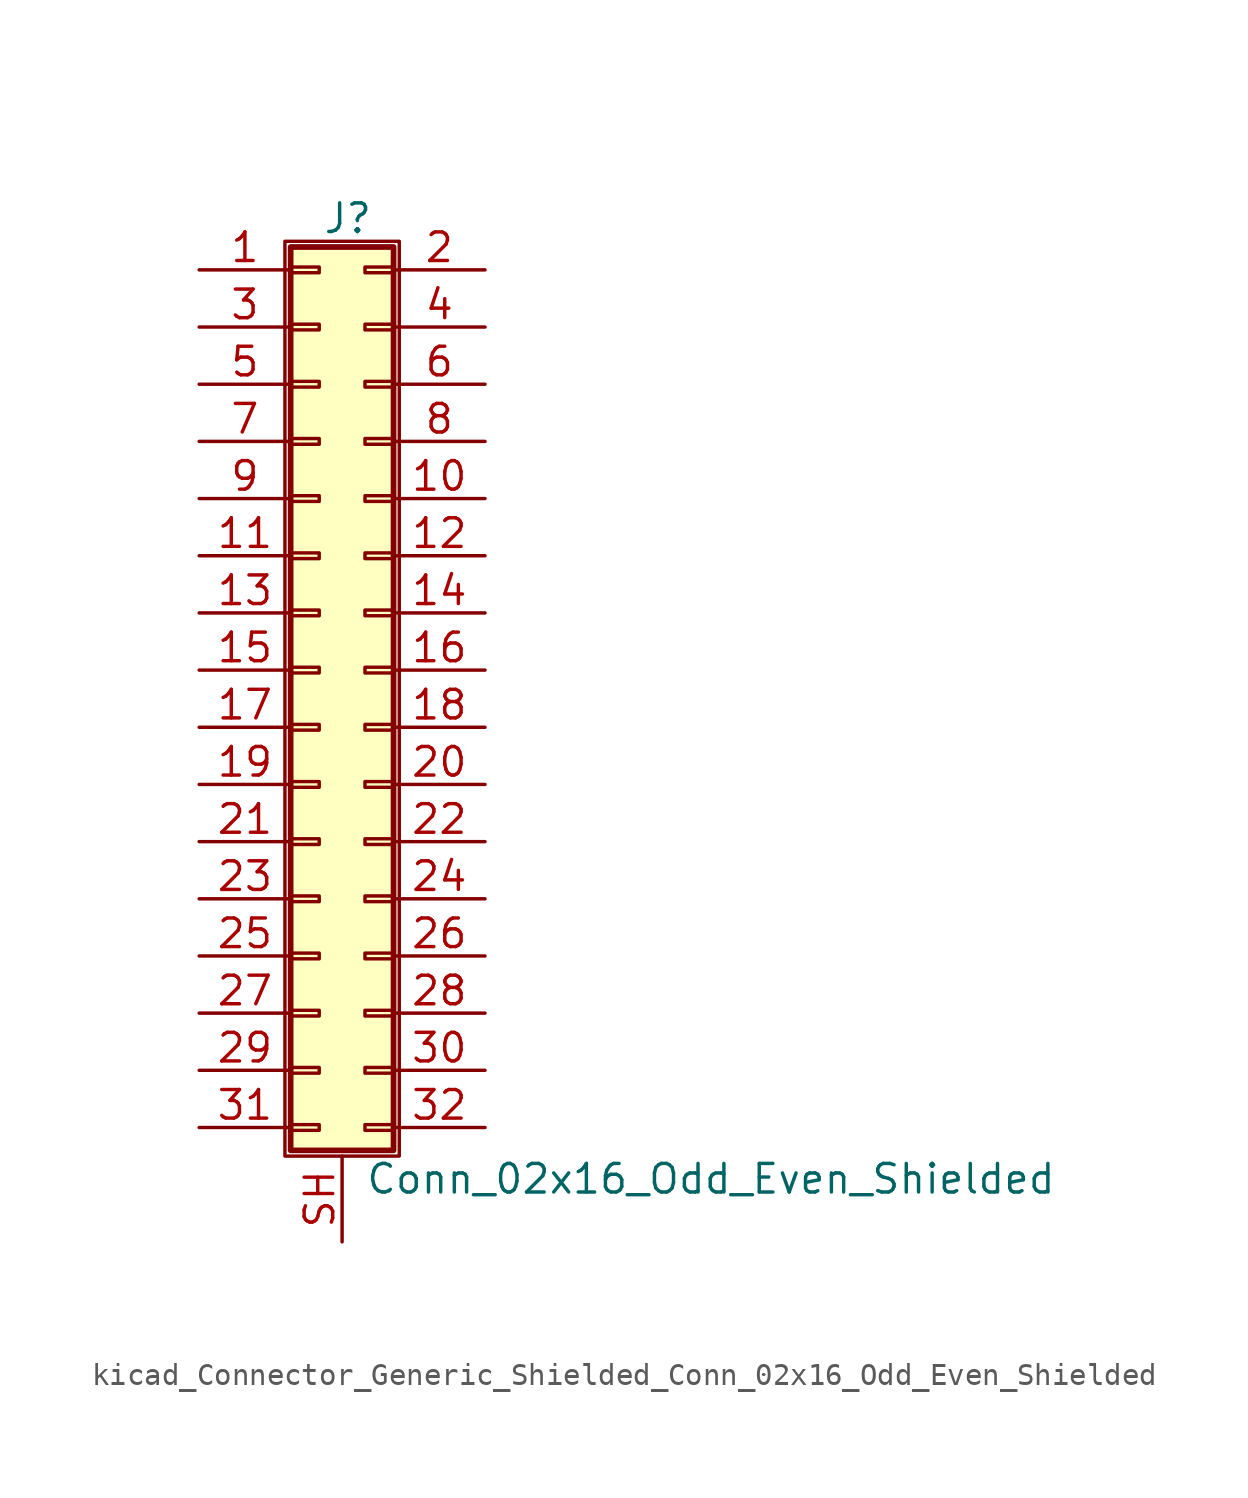
<source format=kicad_sym>
(kicad_symbol_lib
  (version 20220914)
  (generator kicad_symbol_editor)
  (symbol "kicad_Connector_Generic_Shielded_Conn_02x16_Odd_Even_Shielded"
    (pin_names
      (offset 1.016) hide)
    (property "Reference" "J"
      (at 1.524 20.066 0)
      (effects (font (size 1.27 1.27))))
    (property "Value" "Conn_02x16_Odd_Even_Shielded"
      (at 2.286 -22.606 0)
      (effects (font (size 1.27 1.27)) (justify left)))
    (symbol "kicad_Connector_Generic_Shielded_Conn_02x16_Odd_Even_Shielded_1_1"
      (rectangle (start -1.27 19.05) (end 3.81 -21.59) (stroke (width 0.152) (type default)) (fill (type none)))
      (rectangle (start -1.016 -20.193) (end 0.254 -20.447) (stroke (width 0.152) (type default)) (fill (type none)))
      (rectangle (start -1.016 -17.653) (end 0.254 -17.907) (stroke (width 0.152) (type default)) (fill (type none)))
      (rectangle (start -1.016 -15.113) (end 0.254 -15.367) (stroke (width 0.152) (type default)) (fill (type none)))
      (rectangle (start -1.016 -12.573) (end 0.254 -12.827) (stroke (width 0.152) (type default)) (fill (type none)))
      (rectangle (start -1.016 -10.033) (end 0.254 -10.287) (stroke (width 0.152) (type default)) (fill (type none)))
      (rectangle (start -1.016 -7.493) (end 0.254 -7.747) (stroke (width 0.152) (type default)) (fill (type none)))
      (rectangle (start -1.016 -4.953) (end 0.254 -5.207) (stroke (width 0.152) (type default)) (fill (type none)))
      (rectangle (start -1.016 -2.413) (end 0.254 -2.667) (stroke (width 0.152) (type default)) (fill (type none)))
      (rectangle (start -1.016 0.127) (end 0.254 -0.127) (stroke (width 0.152) (type default)) (fill (type none)))
      (rectangle (start -1.016 2.667) (end 0.254 2.413) (stroke (width 0.152) (type default)) (fill (type none)))
      (rectangle (start -1.016 5.207) (end 0.254 4.953) (stroke (width 0.152) (type default)) (fill (type none)))
      (rectangle (start -1.016 7.747) (end 0.254 7.493) (stroke (width 0.152) (type default)) (fill (type none)))
      (rectangle (start -1.016 10.287) (end 0.254 10.033) (stroke (width 0.152) (type default)) (fill (type none)))
      (rectangle (start -1.016 12.827) (end 0.254 12.573) (stroke (width 0.152) (type default)) (fill (type none)))
      (rectangle (start -1.016 15.367) (end 0.254 15.113) (stroke (width 0.152) (type default)) (fill (type none)))
      (rectangle (start -1.016 17.907) (end 0.254 17.653) (stroke (width 0.152) (type default)) (fill (type none)))
      (rectangle (start -1.016 18.796) (end 3.556 -21.336) (stroke (width 0.254) (type default)) (fill (type background)))
      (rectangle (start 3.556 -20.193) (end 2.286 -20.447) (stroke (width 0.152) (type default)) (fill (type none)))
      (rectangle (start 3.556 -17.653) (end 2.286 -17.907) (stroke (width 0.152) (type default)) (fill (type none)))
      (rectangle (start 3.556 -15.113) (end 2.286 -15.367) (stroke (width 0.152) (type default)) (fill (type none)))
      (rectangle (start 3.556 -12.573) (end 2.286 -12.827) (stroke (width 0.152) (type default)) (fill (type none)))
      (rectangle (start 3.556 -10.033) (end 2.286 -10.287) (stroke (width 0.152) (type default)) (fill (type none)))
      (rectangle (start 3.556 -7.493) (end 2.286 -7.747) (stroke (width 0.152) (type default)) (fill (type none)))
      (rectangle (start 3.556 -4.953) (end 2.286 -5.207) (stroke (width 0.152) (type default)) (fill (type none)))
      (rectangle (start 3.556 -2.413) (end 2.286 -2.667) (stroke (width 0.152) (type default)) (fill (type none)))
      (rectangle (start 3.556 0.127) (end 2.286 -0.127) (stroke (width 0.152) (type default)) (fill (type none)))
      (rectangle (start 3.556 2.667) (end 2.286 2.413) (stroke (width 0.152) (type default)) (fill (type none)))
      (rectangle (start 3.556 5.207) (end 2.286 4.953) (stroke (width 0.152) (type default)) (fill (type none)))
      (rectangle (start 3.556 7.747) (end 2.286 7.493) (stroke (width 0.152) (type default)) (fill (type none)))
      (rectangle (start 3.556 10.287) (end 2.286 10.033) (stroke (width 0.152) (type default)) (fill (type none)))
      (rectangle (start 3.556 12.827) (end 2.286 12.573) (stroke (width 0.152) (type default)) (fill (type none)))
      (rectangle (start 3.556 15.367) (end 2.286 15.113) (stroke (width 0.152) (type default)) (fill (type none)))
      (rectangle (start 3.556 17.907) (end 2.286 17.653) (stroke (width 0.152) (type default)) (fill (type none)))
      (pin passive line (at -5.08 17.78 0) (length 4.064) (name "Pin_1" (effects (font (size 1.27 1.27)))) (number "1" (effects (font (size 1.27 1.27)))))
      (pin passive line (at 7.62 7.62 180) (length 4.064) (name "Pin_10" (effects (font (size 1.27 1.27)))) (number "10" (effects (font (size 1.27 1.27)))))
      (pin passive line (at -5.08 5.08 0) (length 4.064) (name "Pin_11" (effects (font (size 1.27 1.27)))) (number "11" (effects (font (size 1.27 1.27)))))
      (pin passive line (at 7.62 5.08 180) (length 4.064) (name "Pin_12" (effects (font (size 1.27 1.27)))) (number "12" (effects (font (size 1.27 1.27)))))
      (pin passive line (at -5.08 2.54 0) (length 4.064) (name "Pin_13" (effects (font (size 1.27 1.27)))) (number "13" (effects (font (size 1.27 1.27)))))
      (pin passive line (at 7.62 2.54 180) (length 4.064) (name "Pin_14" (effects (font (size 1.27 1.27)))) (number "14" (effects (font (size 1.27 1.27)))))
      (pin passive line (at -5.08 0 0) (length 4.064) (name "Pin_15" (effects (font (size 1.27 1.27)))) (number "15" (effects (font (size 1.27 1.27)))))
      (pin passive line (at 7.62 0 180) (length 4.064) (name "Pin_16" (effects (font (size 1.27 1.27)))) (number "16" (effects (font (size 1.27 1.27)))))
      (pin passive line (at -5.08 -2.54 0) (length 4.064) (name "Pin_17" (effects (font (size 1.27 1.27)))) (number "17" (effects (font (size 1.27 1.27)))))
      (pin passive line (at 7.62 -2.54 180) (length 4.064) (name "Pin_18" (effects (font (size 1.27 1.27)))) (number "18" (effects (font (size 1.27 1.27)))))
      (pin passive line (at -5.08 -5.08 0) (length 4.064) (name "Pin_19" (effects (font (size 1.27 1.27)))) (number "19" (effects (font (size 1.27 1.27)))))
      (pin passive line (at 7.62 17.78 180) (length 4.064) (name "Pin_2" (effects (font (size 1.27 1.27)))) (number "2" (effects (font (size 1.27 1.27)))))
      (pin passive line (at 7.62 -5.08 180) (length 4.064) (name "Pin_20" (effects (font (size 1.27 1.27)))) (number "20" (effects (font (size 1.27 1.27)))))
      (pin passive line (at -5.08 -7.62 0) (length 4.064) (name "Pin_21" (effects (font (size 1.27 1.27)))) (number "21" (effects (font (size 1.27 1.27)))))
      (pin passive line (at 7.62 -7.62 180) (length 4.064) (name "Pin_22" (effects (font (size 1.27 1.27)))) (number "22" (effects (font (size 1.27 1.27)))))
      (pin passive line (at -5.08 -10.16 0) (length 4.064) (name "Pin_23" (effects (font (size 1.27 1.27)))) (number "23" (effects (font (size 1.27 1.27)))))
      (pin passive line (at 7.62 -10.16 180) (length 4.064) (name "Pin_24" (effects (font (size 1.27 1.27)))) (number "24" (effects (font (size 1.27 1.27)))))
      (pin passive line (at -5.08 -12.7 0) (length 4.064) (name "Pin_25" (effects (font (size 1.27 1.27)))) (number "25" (effects (font (size 1.27 1.27)))))
      (pin passive line (at 7.62 -12.7 180) (length 4.064) (name "Pin_26" (effects (font (size 1.27 1.27)))) (number "26" (effects (font (size 1.27 1.27)))))
      (pin passive line (at -5.08 -15.24 0) (length 4.064) (name "Pin_27" (effects (font (size 1.27 1.27)))) (number "27" (effects (font (size 1.27 1.27)))))
      (pin passive line (at 7.62 -15.24 180) (length 4.064) (name "Pin_28" (effects (font (size 1.27 1.27)))) (number "28" (effects (font (size 1.27 1.27)))))
      (pin passive line (at -5.08 -17.78 0) (length 4.064) (name "Pin_29" (effects (font (size 1.27 1.27)))) (number "29" (effects (font (size 1.27 1.27)))))
      (pin passive line (at -5.08 15.24 0) (length 4.064) (name "Pin_3" (effects (font (size 1.27 1.27)))) (number "3" (effects (font (size 1.27 1.27)))))
      (pin passive line (at 7.62 -17.78 180) (length 4.064) (name "Pin_30" (effects (font (size 1.27 1.27)))) (number "30" (effects (font (size 1.27 1.27)))))
      (pin passive line (at -5.08 -20.32 0) (length 4.064) (name "Pin_31" (effects (font (size 1.27 1.27)))) (number "31" (effects (font (size 1.27 1.27)))))
      (pin passive line (at 7.62 -20.32 180) (length 4.064) (name "Pin_32" (effects (font (size 1.27 1.27)))) (number "32" (effects (font (size 1.27 1.27)))))
      (pin passive line (at 7.62 15.24 180) (length 4.064) (name "Pin_4" (effects (font (size 1.27 1.27)))) (number "4" (effects (font (size 1.27 1.27)))))
      (pin passive line (at -5.08 12.7 0) (length 4.064) (name "Pin_5" (effects (font (size 1.27 1.27)))) (number "5" (effects (font (size 1.27 1.27)))))
      (pin passive line (at 7.62 12.7 180) (length 4.064) (name "Pin_6" (effects (font (size 1.27 1.27)))) (number "6" (effects (font (size 1.27 1.27)))))
      (pin passive line (at -5.08 10.16 0) (length 4.064) (name "Pin_7" (effects (font (size 1.27 1.27)))) (number "7" (effects (font (size 1.27 1.27)))))
      (pin passive line (at 7.62 10.16 180) (length 4.064) (name "Pin_8" (effects (font (size 1.27 1.27)))) (number "8" (effects (font (size 1.27 1.27)))))
      (pin passive line (at -5.08 7.62 0) (length 4.064) (name "Pin_9" (effects (font (size 1.27 1.27)))) (number "9" (effects (font (size 1.27 1.27)))))
      (pin passive line (at 1.27 -25.4 90) (length 3.81) (name "Shield" (effects (font (size 1.27 1.27)))) (number "SH" (effects (font (size 1.27 1.27))))))))
</source>
